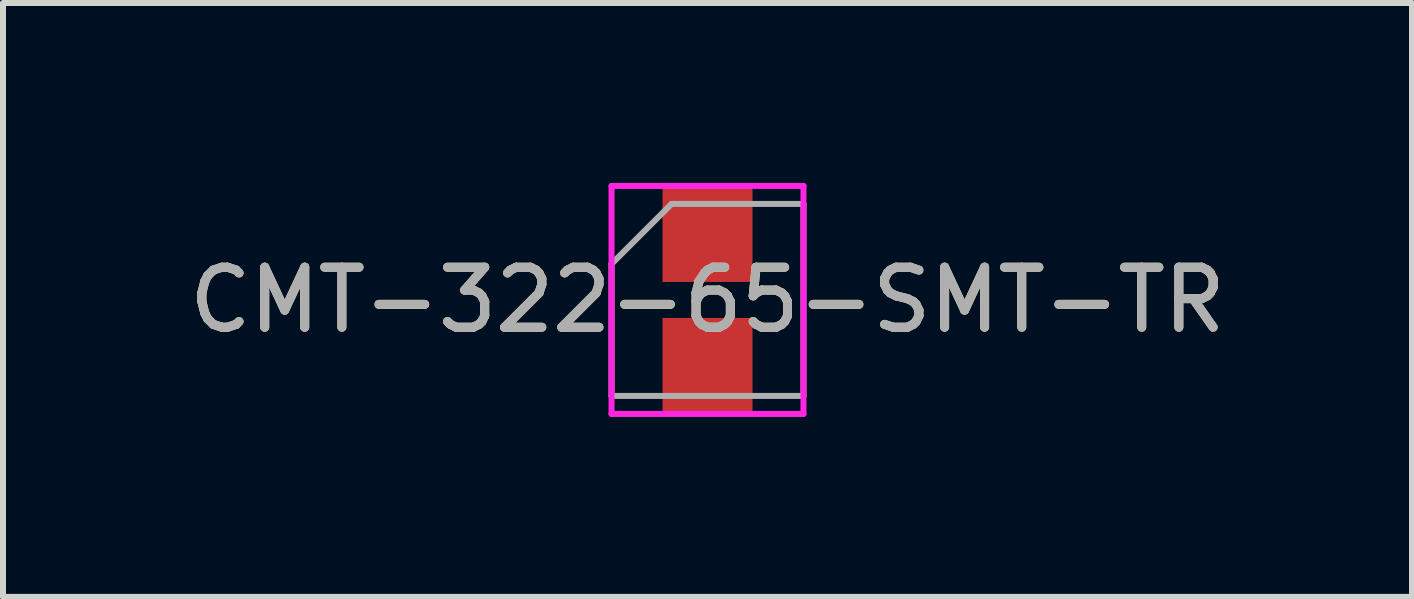
<source format=kicad_pcb>
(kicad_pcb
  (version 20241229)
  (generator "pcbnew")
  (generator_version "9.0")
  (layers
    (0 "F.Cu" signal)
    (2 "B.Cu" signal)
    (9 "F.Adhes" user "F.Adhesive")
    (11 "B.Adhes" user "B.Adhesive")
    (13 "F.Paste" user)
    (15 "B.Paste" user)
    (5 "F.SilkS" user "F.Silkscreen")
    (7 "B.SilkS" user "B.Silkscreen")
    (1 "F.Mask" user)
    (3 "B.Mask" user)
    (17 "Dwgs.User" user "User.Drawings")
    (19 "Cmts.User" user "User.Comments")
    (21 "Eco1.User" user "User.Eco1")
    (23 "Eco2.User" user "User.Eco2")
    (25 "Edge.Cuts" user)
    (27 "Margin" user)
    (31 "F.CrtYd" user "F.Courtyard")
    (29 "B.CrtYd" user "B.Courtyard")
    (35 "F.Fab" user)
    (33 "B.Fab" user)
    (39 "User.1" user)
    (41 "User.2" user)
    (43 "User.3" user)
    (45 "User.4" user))
  (footprint "CMT-322-65-SMT-TR"
    (layer "F.Cu")
    (at 8.744 1.95)
    (property "Reference" "CMT-322-65-SMT-TR" (at 0 0 0) (unlocked yes) (layer "F.SilkS") (effects (font (size 1 1) (thickness 0.15))))
    (attr smd)
    (fp_line (start -1.6 -1.9) (end -1.6 1.9) (stroke (width 0.1) (type default)) (layer "F.CrtYd"))
    (fp_line (start -1.6 1.9) (end 1.6 1.9) (stroke (width 0.1) (type default)) (layer "F.CrtYd"))
    (fp_line (start 1.6 -1.9) (end -1.6 -1.9) (stroke (width 0.1) (type default)) (layer "F.CrtYd"))
    (fp_line (start 1.6 1.9) (end 1.6 -1.9) (stroke (width 0.1) (type default)) (layer "F.CrtYd"))
    (fp_line (start -1.6 -0.6) (end -0.6 -1.6) (stroke (width 0.1) (type default)) (layer "F.Fab"))
    (fp_line (start -1.6 1.6) (end -1.6 -0.6) (stroke (width 0.1) (type default)) (layer "F.Fab"))
    (fp_line (start -0.6 -1.6) (end 1.6 -1.6) (stroke (width 0.1) (type default)) (layer "F.Fab"))
    (fp_line (start 1.6 -1.6) (end 1.6 1.6) (stroke (width 0.1) (type default)) (layer "F.Fab"))
    (fp_line (start 1.6 1.6) (end -1.6 1.6) (stroke (width 0.1) (type default)) (layer "F.Fab"))
    (fp_text user "${REFERENCE}" (at 0 0 0) (unlocked yes) (layer "F.Fab") (effects (font (size 1 1) (thickness 0.15))))
    (pad "1" smd rect (at 0 -1.1) (size 1.5 1.6) (layers "F.Cu" "F.Mask" "F.Paste"))
    (pad "2" smd rect (at 0 1.1) (size 1.5 1.6) (layers "F.Cu" "F.Mask" "F.Paste")))
  (gr_rect
    (start -3 -3)
    (end 20.488 6.9)
    (stroke (width 0.1) (type default))
    (fill no)
    (layer "Edge.Cuts")))
</source>
